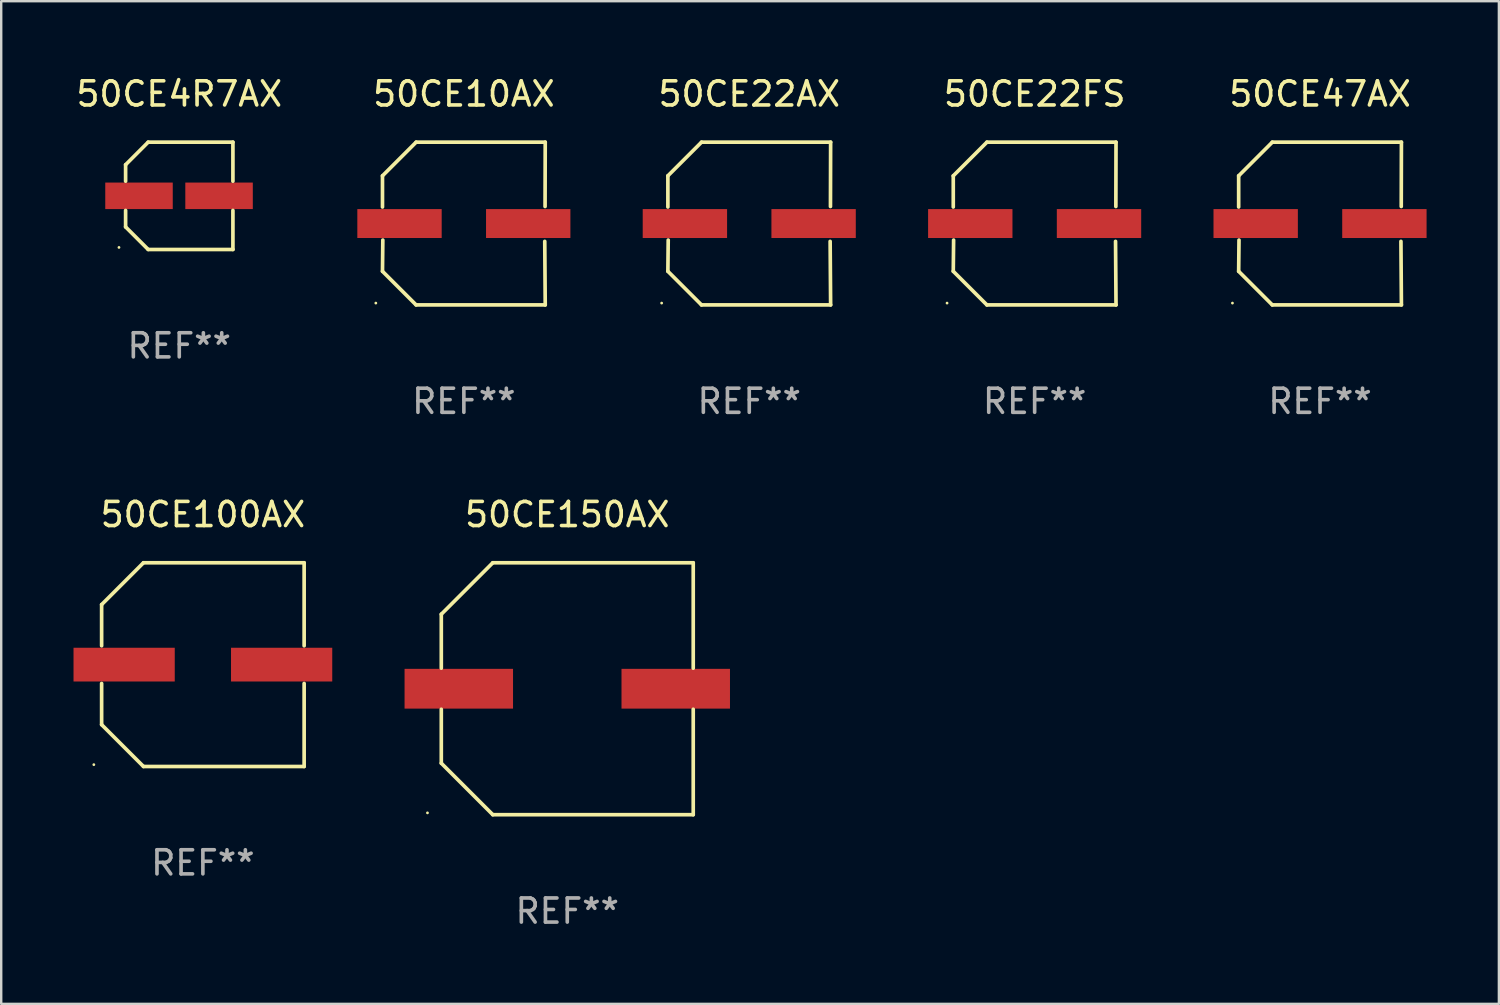
<source format=kicad_pcb>
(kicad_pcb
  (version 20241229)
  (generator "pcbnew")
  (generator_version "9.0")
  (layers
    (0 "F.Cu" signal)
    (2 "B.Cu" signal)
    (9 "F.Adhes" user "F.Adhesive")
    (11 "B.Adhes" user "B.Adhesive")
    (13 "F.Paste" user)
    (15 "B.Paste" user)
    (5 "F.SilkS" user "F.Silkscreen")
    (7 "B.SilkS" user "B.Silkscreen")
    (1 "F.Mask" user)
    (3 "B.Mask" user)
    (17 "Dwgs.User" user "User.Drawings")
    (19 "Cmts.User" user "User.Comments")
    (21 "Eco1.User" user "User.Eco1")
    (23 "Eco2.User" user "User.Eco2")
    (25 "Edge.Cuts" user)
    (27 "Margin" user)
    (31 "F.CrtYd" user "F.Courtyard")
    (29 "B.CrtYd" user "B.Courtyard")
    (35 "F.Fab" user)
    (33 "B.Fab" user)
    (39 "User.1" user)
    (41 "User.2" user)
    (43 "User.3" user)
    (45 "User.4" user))
  (footprint "50CE22AX"
    (layer "F.Cu")
    (at 28.034 6.224)
    (property "Reference" "50CE22AX" (at 0 -5.376 0) (layer "F.SilkS") (effects (font (size 1 1) (thickness 0.15))))
    (attr through_hole)
    (fp_line (start -3.376 -1.98) (end -3.376 -0.686) (stroke (width 0.152) (type solid)) (layer "F.SilkS"))
    (fp_line (start -3.376 1.981) (end -3.362 0.686) (stroke (width 0.152) (type solid)) (layer "F.SilkS"))
    (fp_line (start -1.981 3.376) (end -3.376 1.981) (stroke (width 0.152) (type solid)) (layer "F.SilkS"))
    (fp_line (start -1.98 -3.376) (end -3.376 -1.98) (stroke (width 0.152) (type solid)) (layer "F.SilkS"))
    (fp_line (start 3.356 0.74) (end 3.376 3.376) (stroke (width 0.152) (type solid)) (layer "F.SilkS"))
    (fp_line (start 3.369 -0.707) (end 3.376 -3.376) (stroke (width 0.152) (type solid)) (layer "F.SilkS"))
    (fp_line (start 3.376 3.376) (end -1.981 3.376) (stroke (width 0.152) (type solid)) (layer "F.SilkS"))
    (fp_line (start 3.376 -3.376) (end -1.98 -3.376) (stroke (width 0.152) (type solid)) (layer "F.SilkS"))
    (fp_circle (center -3.634 3.3) (end -3.604 3.3) (stroke (width 0.06) (type solid)) (fill no) (layer "F.SilkS"))
    (fp_text user "REF**" (at 0 7.376 0) (layer "F.Fab") (effects (font (size 1 1) (thickness 0.15))))
    (pad "1" smd rect (at -2.67 0.000254) (size 3.5 1.2) (layers "F.Cu" "F.Mask" "F.Paste"))
    (pad "2" smd rect (at 2.67 0.000254) (size 3.5 1.2) (layers "F.Cu" "F.Mask" "F.Paste")))
  (footprint "50CE47AX"
    (layer "F.Cu")
    (at 51.714 6.224)
    (property "Reference" "50CE47AX" (at 0 -5.376 0) (layer "F.SilkS") (effects (font (size 1 1) (thickness 0.15))))
    (attr through_hole)
    (fp_line (start -3.376 -1.98) (end -3.376 -0.686) (stroke (width 0.152) (type solid)) (layer "F.SilkS"))
    (fp_line (start -3.376 1.981) (end -3.362 0.686) (stroke (width 0.152) (type solid)) (layer "F.SilkS"))
    (fp_line (start -1.981 3.376) (end -3.376 1.981) (stroke (width 0.152) (type solid)) (layer "F.SilkS"))
    (fp_line (start -1.98 -3.376) (end -3.376 -1.98) (stroke (width 0.152) (type solid)) (layer "F.SilkS"))
    (fp_line (start 3.356 0.74) (end 3.376 3.376) (stroke (width 0.152) (type solid)) (layer "F.SilkS"))
    (fp_line (start 3.369 -0.707) (end 3.376 -3.376) (stroke (width 0.152) (type solid)) (layer "F.SilkS"))
    (fp_line (start 3.376 3.376) (end -1.981 3.376) (stroke (width 0.152) (type solid)) (layer "F.SilkS"))
    (fp_line (start 3.376 -3.376) (end -1.98 -3.376) (stroke (width 0.152) (type solid)) (layer "F.SilkS"))
    (fp_circle (center -3.634 3.3) (end -3.604 3.3) (stroke (width 0.06) (type solid)) (fill no) (layer "F.SilkS"))
    (fp_text user "REF**" (at 0 7.376 0) (layer "F.Fab") (effects (font (size 1 1) (thickness 0.15))))
    (pad "1" smd rect (at -2.67 0.000254) (size 3.5 1.2) (layers "F.Cu" "F.Mask" "F.Paste"))
    (pad "2" smd rect (at 2.67 0.000254) (size 3.5 1.2) (layers "F.Cu" "F.Mask" "F.Paste")))
  (footprint "50CE4R7AX"
    (layer "F.Cu")
    (at 4.387 5.074)
    (property "Reference" "50CE4R7AX" (at 0 -4.226 0) (layer "F.SilkS") (effects (font (size 1 1) (thickness 0.15))))
    (attr through_hole)
    (fp_line (start -2.226 -1.29) (end -2.226 -0.607) (stroke (width 0.152) (type solid)) (layer "F.SilkS"))
    (fp_line (start -2.226 1.29) (end -2.226 0.607) (stroke (width 0.152) (type solid)) (layer "F.SilkS"))
    (fp_line (start -1.29 -2.226) (end -2.226 -1.29) (stroke (width 0.152) (type solid)) (layer "F.SilkS"))
    (fp_line (start -1.29 2.226) (end -2.226 1.29) (stroke (width 0.152) (type solid)) (layer "F.SilkS"))
    (fp_line (start 2.226 -2.226) (end -1.29 -2.226) (stroke (width 0.152) (type solid)) (layer "F.SilkS"))
    (fp_line (start 2.226 -0.607) (end 2.226 -2.226) (stroke (width 0.152) (type solid)) (layer "F.SilkS"))
    (fp_line (start 2.226 0.607) (end 2.226 2.226) (stroke (width 0.152) (type solid)) (layer "F.SilkS"))
    (fp_line (start 2.226 2.226) (end -1.29 2.226) (stroke (width 0.152) (type solid)) (layer "F.SilkS"))
    (fp_circle (center -2.501 2.141) (end -2.471 2.141) (stroke (width 0.06) (type solid)) (fill no) (layer "F.SilkS"))
    (fp_text user "REF**" (at 0 6.226 0) (layer "F.Fab") (effects (font (size 1 1) (thickness 0.15))))
    (pad "1" smd rect (at -1.67 -0.000025) (size 2.8 1.1) (layers "F.Cu" "F.Mask" "F.Paste"))
    (pad "2" smd rect (at 1.651 -0.000025) (size 2.8 1.1) (layers "F.Cu" "F.Mask" "F.Paste")))
  (footprint "50CE10AX"
    (layer "F.Cu")
    (at 16.194 6.224)
    (property "Reference" "50CE10AX" (at 0 -5.376 0) (layer "F.SilkS") (effects (font (size 1 1) (thickness 0.15))))
    (attr through_hole)
    (fp_line (start -3.376 -1.98) (end -3.376 -0.686) (stroke (width 0.152) (type solid)) (layer "F.SilkS"))
    (fp_line (start -3.376 1.981) (end -3.362 0.686) (stroke (width 0.152) (type solid)) (layer "F.SilkS"))
    (fp_line (start -1.981 3.376) (end -3.376 1.981) (stroke (width 0.152) (type solid)) (layer "F.SilkS"))
    (fp_line (start -1.98 -3.376) (end -3.376 -1.98) (stroke (width 0.152) (type solid)) (layer "F.SilkS"))
    (fp_line (start 3.356 0.74) (end 3.376 3.376) (stroke (width 0.152) (type solid)) (layer "F.SilkS"))
    (fp_line (start 3.369 -0.707) (end 3.376 -3.376) (stroke (width 0.152) (type solid)) (layer "F.SilkS"))
    (fp_line (start 3.376 3.376) (end -1.981 3.376) (stroke (width 0.152) (type solid)) (layer "F.SilkS"))
    (fp_line (start 3.376 -3.376) (end -1.98 -3.376) (stroke (width 0.152) (type solid)) (layer "F.SilkS"))
    (fp_circle (center -3.652 3.3) (end -3.622 3.3) (stroke (width 0.06) (type solid)) (fill no) (layer "F.SilkS"))
    (fp_text user "REF**" (at 0 7.376 0) (layer "F.Fab") (effects (font (size 1 1) (thickness 0.15))))
    (pad "1" smd rect (at -2.67 0.000229) (size 3.5 1.2) (layers "F.Cu" "F.Mask" "F.Paste"))
    (pad "2" smd rect (at 2.67 0.000229) (size 3.5 1.2) (layers "F.Cu" "F.Mask" "F.Paste")))
  (footprint "50CE150AX"
    (layer "F.Cu")
    (at 20.484 25.523)
    (property "Reference" "50CE150AX" (at 0 -7.226 0) (layer "F.SilkS") (effects (font (size 1 1) (thickness 0.15))))
    (attr through_hole)
    (fp_line (start -5.226 -3.09) (end -5.226 -0.852) (stroke (width 0.152) (type solid)) (layer "F.SilkS"))
    (fp_line (start -5.226 3.09) (end -5.226 0.852) (stroke (width 0.152) (type solid)) (layer "F.SilkS"))
    (fp_line (start -3.09 -5.226) (end -5.226 -3.09) (stroke (width 0.152) (type solid)) (layer "F.SilkS"))
    (fp_line (start -3.09 5.226) (end -5.226 3.09) (stroke (width 0.152) (type solid)) (layer "F.SilkS"))
    (fp_line (start 5.226 -5.226) (end -3.09 -5.226) (stroke (width 0.152) (type solid)) (layer "F.SilkS"))
    (fp_line (start 5.226 -0.852) (end 5.226 -5.226) (stroke (width 0.152) (type solid)) (layer "F.SilkS"))
    (fp_line (start 5.226 0.852) (end 5.226 5.226) (stroke (width 0.152) (type solid)) (layer "F.SilkS"))
    (fp_line (start 5.226 5.226) (end -3.09 5.226) (stroke (width 0.152) (type solid)) (layer "F.SilkS"))
    (fp_circle (center -5.8 5.15) (end -5.77 5.15) (stroke (width 0.06) (type solid)) (fill no) (layer "F.SilkS"))
    (fp_text user "REF**" (at 0 9.226 0) (layer "F.Fab") (effects (font (size 1 1) (thickness 0.15))))
    (pad "1" smd rect (at -4.5 0) (size 4.5 1.65) (layers "F.Cu" "F.Mask" "F.Paste"))
    (pad "2" smd rect (at 4.5 0) (size 4.5 1.65) (layers "F.Cu" "F.Mask" "F.Paste")))
  (footprint "50CE100AX"
    (layer "F.Cu")
    (at 5.367 24.523)
    (property "Reference" "50CE100AX" (at 0 -6.226 0) (layer "F.SilkS") (effects (font (size 1 1) (thickness 0.15))))
    (attr through_hole)
    (fp_line (start -4.201 -2.49) (end -4.201 -0.782) (stroke (width 0.152) (type solid)) (layer "F.SilkS"))
    (fp_line (start -4.201 2.49) (end -4.201 0.782) (stroke (width 0.152) (type solid)) (layer "F.SilkS"))
    (fp_line (start -2.465 -4.226) (end -4.201 -2.49) (stroke (width 0.152) (type solid)) (layer "F.SilkS"))
    (fp_line (start -2.465 4.226) (end -4.201 2.49) (stroke (width 0.152) (type solid)) (layer "F.SilkS"))
    (fp_line (start 4.201 -4.226) (end -2.465 -4.226) (stroke (width 0.152) (type solid)) (layer "F.SilkS"))
    (fp_line (start 4.201 -0.782) (end 4.201 -4.226) (stroke (width 0.152) (type solid)) (layer "F.SilkS"))
    (fp_line (start 4.201 0.782) (end 4.201 4.226) (stroke (width 0.152) (type solid)) (layer "F.SilkS"))
    (fp_line (start 4.201 4.226) (end -2.465 4.226) (stroke (width 0.152) (type solid)) (layer "F.SilkS"))
    (fp_circle (center -4.524 4.15) (end -4.494 4.15) (stroke (width 0.06) (type solid)) (fill no) (layer "F.SilkS"))
    (fp_text user "REF**" (at 0 8.226 0) (layer "F.Fab") (effects (font (size 1 1) (thickness 0.15))))
    (pad "1" smd rect (at -3.267 0) (size 4.2 1.4) (layers "F.Cu" "F.Mask" "F.Paste"))
    (pad "2" smd rect (at 3.267 0) (size 4.2 1.4) (layers "F.Cu" "F.Mask" "F.Paste")))
  (footprint "50CE22FS"
    (layer "F.Cu")
    (at 39.874 6.224)
    (property "Reference" "50CE22FS" (at 0 -5.376 0) (layer "F.SilkS") (effects (font (size 1 1) (thickness 0.15))))
    (attr through_hole)
    (fp_line (start -3.376 -1.98) (end -3.376 -0.686) (stroke (width 0.152) (type solid)) (layer "F.SilkS"))
    (fp_line (start -3.376 1.981) (end -3.362 0.686) (stroke (width 0.152) (type solid)) (layer "F.SilkS"))
    (fp_line (start -1.981 3.376) (end -3.376 1.981) (stroke (width 0.152) (type solid)) (layer "F.SilkS"))
    (fp_line (start -1.98 -3.376) (end -3.376 -1.98) (stroke (width 0.152) (type solid)) (layer "F.SilkS"))
    (fp_line (start 3.356 0.74) (end 3.376 3.376) (stroke (width 0.152) (type solid)) (layer "F.SilkS"))
    (fp_line (start 3.369 -0.707) (end 3.376 -3.376) (stroke (width 0.152) (type solid)) (layer "F.SilkS"))
    (fp_line (start 3.376 3.376) (end -1.981 3.376) (stroke (width 0.152) (type solid)) (layer "F.SilkS"))
    (fp_line (start 3.376 -3.376) (end -1.98 -3.376) (stroke (width 0.152) (type solid)) (layer "F.SilkS"))
    (fp_circle (center -3.634 3.3) (end -3.604 3.3) (stroke (width 0.06) (type solid)) (fill no) (layer "F.SilkS"))
    (fp_text user "REF**" (at 0 7.376 0) (layer "F.Fab") (effects (font (size 1 1) (thickness 0.15))))
    (pad "1" smd rect (at -2.67 0.000254) (size 3.5 1.2) (layers "F.Cu" "F.Mask" "F.Paste"))
    (pad "2" smd rect (at 2.67 0.000254) (size 3.5 1.2) (layers "F.Cu" "F.Mask" "F.Paste")))
  (gr_rect
    (start -3 -3)
    (end 59.134 38.597)
    (stroke (width 0.1) (type default))
    (fill no)
    (layer "Edge.Cuts")))
</source>
